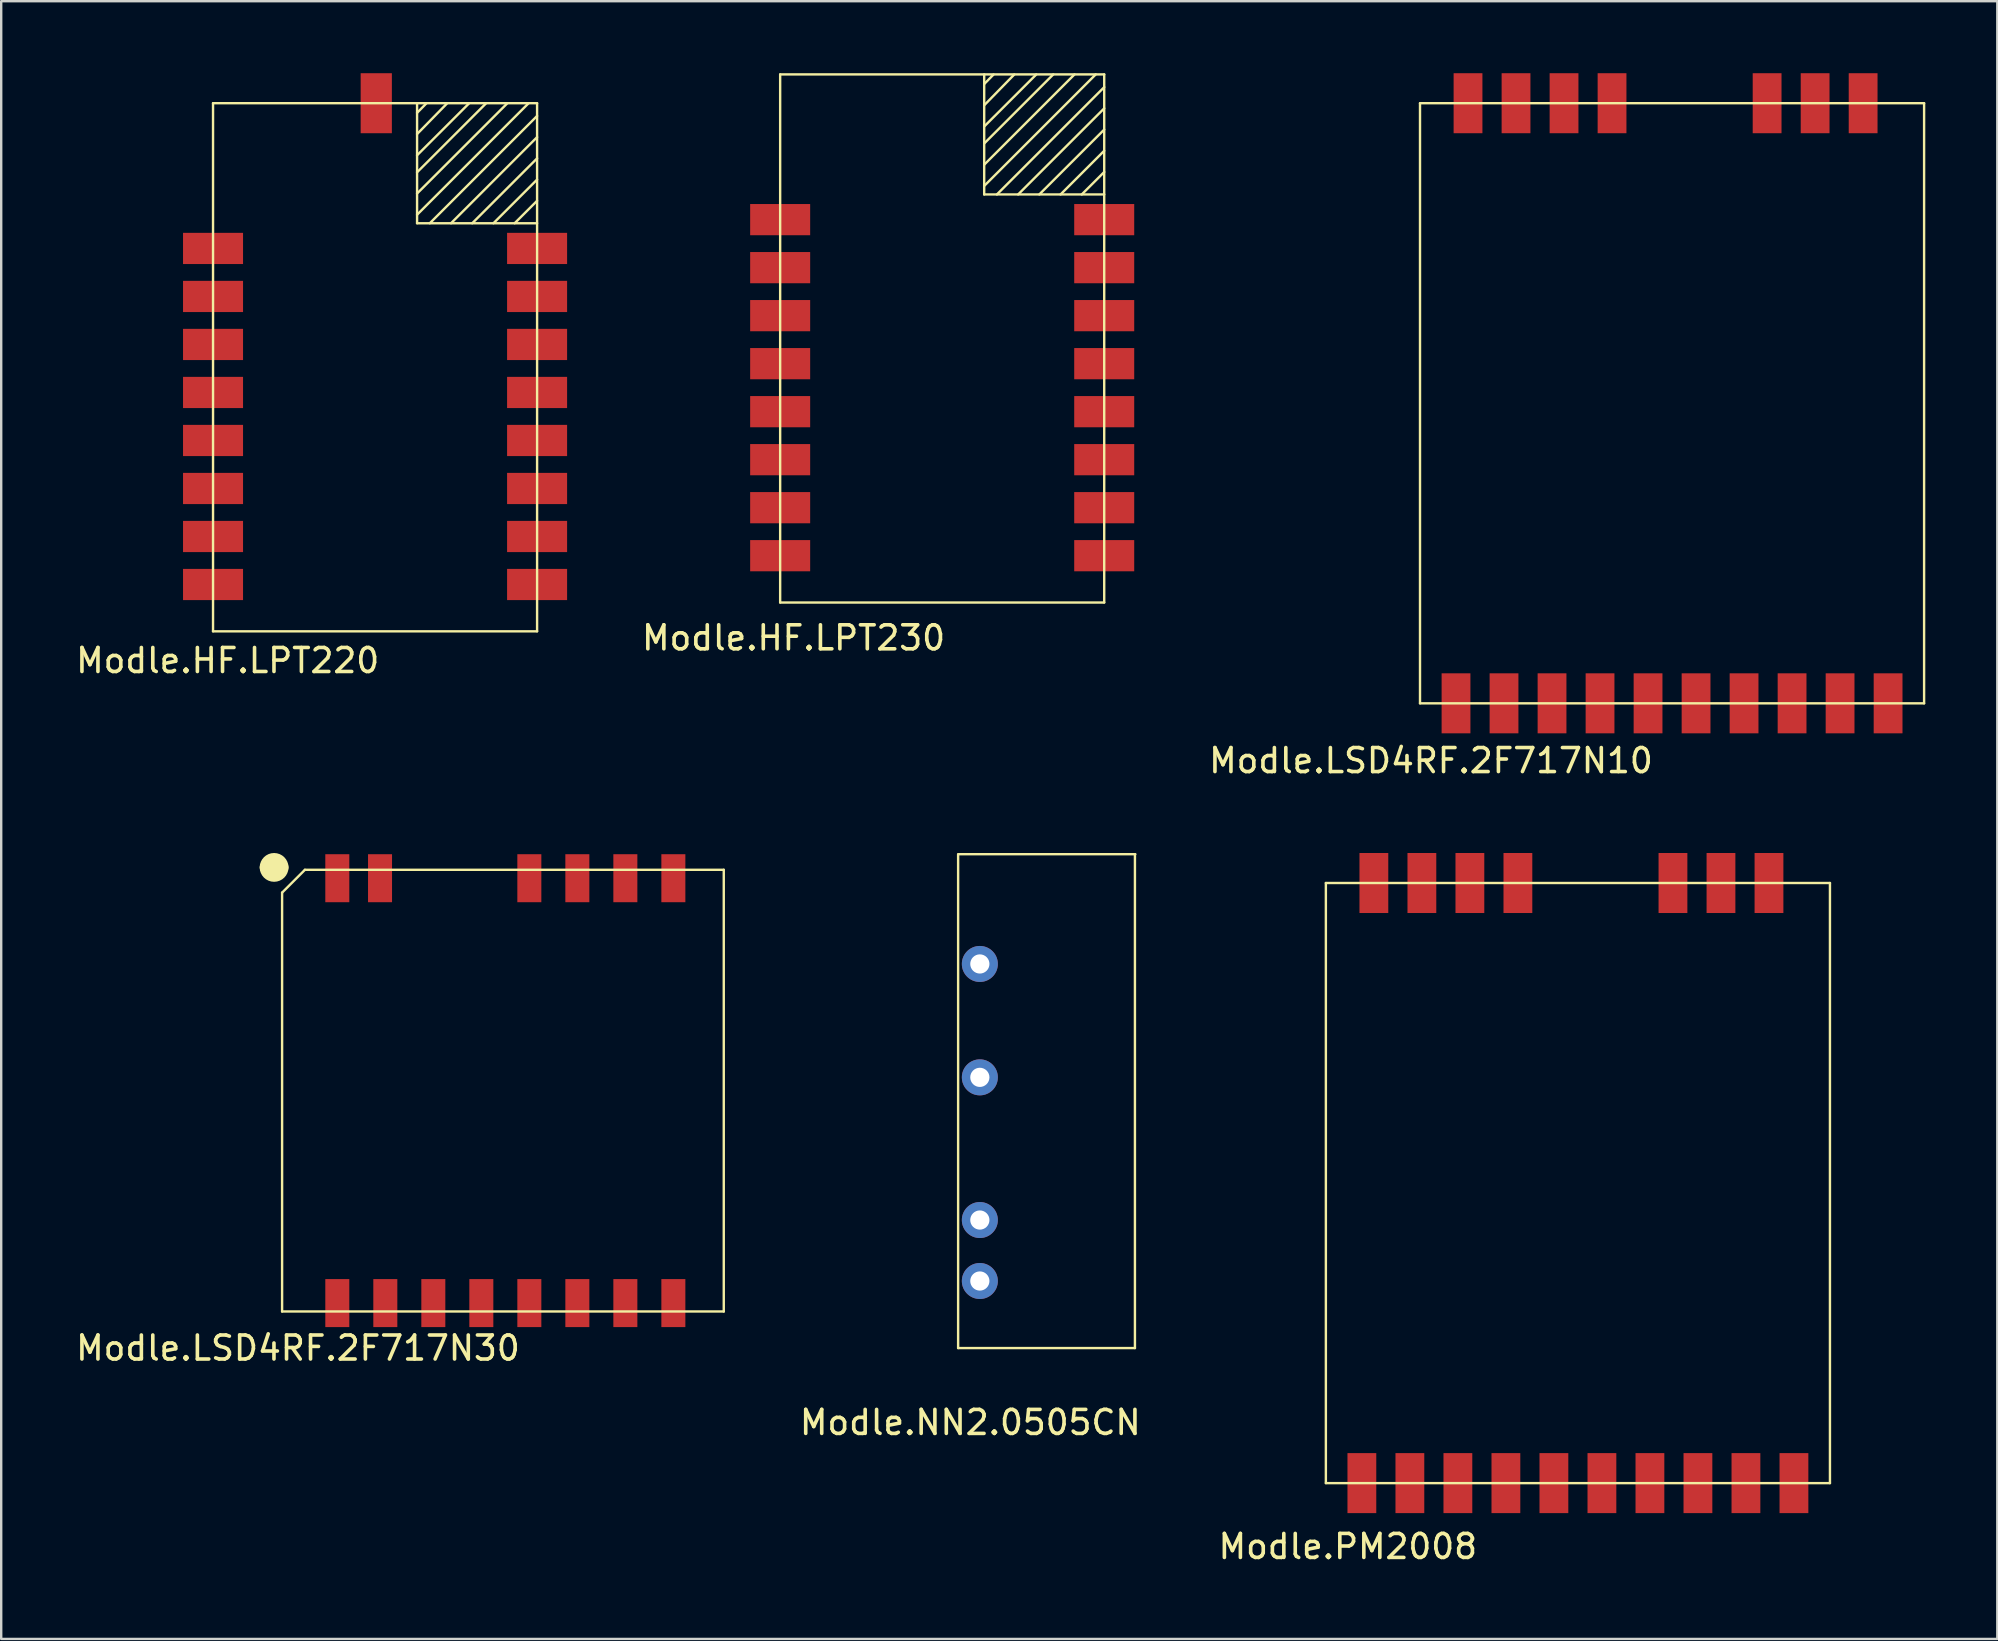
<source format=kicad_pcb>
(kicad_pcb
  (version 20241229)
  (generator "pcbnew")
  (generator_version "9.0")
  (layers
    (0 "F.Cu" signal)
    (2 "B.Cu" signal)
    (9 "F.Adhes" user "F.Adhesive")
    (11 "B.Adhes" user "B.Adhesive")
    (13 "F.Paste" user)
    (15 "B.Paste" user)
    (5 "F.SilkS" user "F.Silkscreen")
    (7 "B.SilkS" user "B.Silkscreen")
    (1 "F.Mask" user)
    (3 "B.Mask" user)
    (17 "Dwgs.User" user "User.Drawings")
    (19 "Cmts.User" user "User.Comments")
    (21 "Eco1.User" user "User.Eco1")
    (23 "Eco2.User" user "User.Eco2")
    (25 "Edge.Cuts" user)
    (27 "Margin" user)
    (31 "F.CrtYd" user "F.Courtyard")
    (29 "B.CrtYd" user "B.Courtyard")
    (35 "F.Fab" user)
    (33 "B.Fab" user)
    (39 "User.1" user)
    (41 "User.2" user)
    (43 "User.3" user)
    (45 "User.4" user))
  (footprint "Modle.PM2008"
    (layer "F.Cu")
    (at 62.777 47.255)
    (property "Reference" "Modle.PM2008" (at -9.677 14.122 0) (layer "F.SilkS") (effects (font (size 1 1) (thickness 0.15))))
    (attr through_hole)
    (fp_line (start -10.592 -13.519) (end 10.408 -13.519) (stroke (width 0.1) (type solid)) (layer "F.SilkS"))
    (fp_line (start -10.592 11.481) (end -10.592 -13.519) (stroke (width 0.1) (type solid)) (layer "F.SilkS"))
    (fp_line (start -10.592 11.481) (end 10.408 11.481) (stroke (width 0.1) (type solid)) (layer "F.SilkS"))
    (fp_line (start 10.408 11.481) (end 10.408 -13.519) (stroke (width 0.1) (type solid)) (layer "F.SilkS"))
    (pad "1" smd rect (at -9.092 11.481) (size 1.2 2.5) (layers "F.Cu" "F.Mask" "F.Paste"))
    (pad "2" smd rect (at -7.092 11.481) (size 1.2 2.5) (layers "F.Cu" "F.Mask" "F.Paste"))
    (pad "3" smd rect (at -5.092 11.481) (size 1.2 2.5) (layers "F.Cu" "F.Mask" "F.Paste"))
    (pad "4" smd rect (at -3.092 11.481) (size 1.2 2.5) (layers "F.Cu" "F.Mask" "F.Paste"))
    (pad "5" smd rect (at -1.092 11.481) (size 1.2 2.5) (layers "F.Cu" "F.Mask" "F.Paste"))
    (pad "6" smd rect (at 0.908 11.481) (size 1.2 2.5) (layers "F.Cu" "F.Mask" "F.Paste"))
    (pad "7" smd rect (at 2.908 11.481) (size 1.2 2.5) (layers "F.Cu" "F.Mask" "F.Paste"))
    (pad "8" smd rect (at 4.908 11.481) (size 1.2 2.5) (layers "F.Cu" "F.Mask" "F.Paste"))
    (pad "9" smd rect (at 6.908 11.481) (size 1.2 2.5) (layers "F.Cu" "F.Mask" "F.Paste"))
    (pad "10" smd rect (at 8.908 11.481) (size 1.2 2.5) (layers "F.Cu" "F.Mask" "F.Paste"))
    (pad "11" smd rect (at 7.868 -13.519) (size 1.2 2.5) (layers "F.Cu" "F.Mask" "F.Paste"))
    (pad "12" smd rect (at 5.868 -13.519) (size 1.2 2.5) (layers "F.Cu" "F.Mask" "F.Paste"))
    (pad "13" smd rect (at 3.868 -13.519) (size 1.2 2.5) (layers "F.Cu" "F.Mask" "F.Paste"))
    (pad "14" smd rect (at -2.592 -13.519) (size 1.2 2.5) (layers "F.Cu" "F.Mask" "F.Paste"))
    (pad "15" smd rect (at -4.592 -13.519) (size 1.2 2.5) (layers "F.Cu" "F.Mask" "F.Paste"))
    (pad "16" smd rect (at -6.592 -13.519) (size 1.2 2.5) (layers "F.Cu" "F.Mask" "F.Paste"))
    (pad "17" smd rect (at -8.592 -13.519) (size 1.2 2.5) (layers "F.Cu" "F.Mask" "F.Paste")))
  (footprint "Modle.NN2.0505CN"
    (layer "F.Cu")
    (at 40.396 43.407)
    (property "Reference" "Modle.NN2.0505CN" (at -3.023 12.802 0) (layer "F.SilkS") (effects (font (size 1 1) (thickness 0.15))))
    (attr through_hole)
    (fp_line (start -3.531 9.703) (end -3.531 -10.871) (stroke (width 0.1) (type solid)) (layer "F.SilkS"))
    (fp_line (start -3.531 9.703) (end 3.835 9.703) (stroke (width 0.1) (type solid)) (layer "F.SilkS"))
    (fp_line (start -3.515 -10.871) (end 3.851 -10.871) (stroke (width 0.1) (type solid)) (layer "F.SilkS"))
    (fp_line (start 3.835 9.703) (end 3.835 -10.871) (stroke (width 0.1) (type solid)) (layer "F.SilkS"))
    (pad "1" thru_hole circle (at -2.626 6.909) (size 1.5 1.5) (drill 0.8) (layers "*.Cu" "*.Mask"))
    (pad "2" thru_hole circle (at -2.626 4.369) (size 1.5 1.5) (drill 0.8) (layers "*.Cu" "*.Mask"))
    (pad "3" thru_hole circle (at -2.626 -1.575) (size 1.5 1.5) (drill 0.8) (layers "*.Cu" "*.Mask"))
    (pad "4" thru_hole circle (at -2.626 -6.299) (size 1.5 1.5) (drill 0.8) (layers "*.Cu" "*.Mask")))
  (footprint "Modle.HF.LPT230"
    (layer "F.Cu")
    (at 35.623 12.347)
    (property "Reference" "Modle.HF.LPT230" (at -5.613 11.176 0) (layer "F.SilkS") (effects (font (size 1 1) (thickness 0.15))))
    (attr through_hole)
    (fp_line (start -6.172 -12.297) (end 7.328 -12.297) (stroke (width 0.1) (type solid)) (layer "F.SilkS"))
    (fp_line (start -6.172 9.703) (end -6.172 -12.297) (stroke (width 0.1) (type solid)) (layer "F.SilkS"))
    (fp_line (start -6.172 9.703) (end 7.328 9.703) (stroke (width 0.1) (type solid)) (layer "F.SilkS"))
    (fp_line (start 2.328 -11.895) (end 2.718 -12.294) (stroke (width 0.1) (type solid)) (layer "F.SilkS"))
    (fp_line (start 2.328 -11.011) (end 3.581 -12.294) (stroke (width 0.1) (type solid)) (layer "F.SilkS"))
    (fp_line (start 2.328 -10.127) (end 4.496 -12.294) (stroke (width 0.1) (type solid)) (layer "F.SilkS"))
    (fp_line (start 2.328 -9.419) (end 5.206 -12.297) (stroke (width 0.1) (type solid)) (layer "F.SilkS"))
    (fp_line (start 2.328 -8.535) (end 6.09 -12.297) (stroke (width 0.1) (type solid)) (layer "F.SilkS"))
    (fp_line (start 2.328 -7.651) (end 6.974 -12.297) (stroke (width 0.1) (type solid)) (layer "F.SilkS"))
    (fp_line (start 2.328 -7.297) (end 2.328 -12.297) (stroke (width 0.1) (type solid)) (layer "F.SilkS"))
    (fp_line (start 2.858 -7.297) (end 7.328 -11.767) (stroke (width 0.1) (type solid)) (layer "F.SilkS"))
    (fp_line (start 3.742 -7.297) (end 7.328 -10.883) (stroke (width 0.1) (type solid)) (layer "F.SilkS"))
    (fp_line (start 4.625 -7.297) (end 7.328 -9.999) (stroke (width 0.1) (type solid)) (layer "F.SilkS"))
    (fp_line (start 5.509 -7.297) (end 7.328 -9.116) (stroke (width 0.1) (type solid)) (layer "F.SilkS"))
    (fp_line (start 6.393 -7.297) (end 7.328 -8.232) (stroke (width 0.1) (type solid)) (layer "F.SilkS"))
    (fp_line (start 7.328 -7.297) (end 2.328 -7.297) (stroke (width 0.1) (type solid)) (layer "F.SilkS"))
    (fp_line (start 7.328 9.703) (end 7.328 -12.297) (stroke (width 0.1) (type solid)) (layer "F.SilkS"))
    (pad "1" smd rect (at -6.172 -6.247) (size 2.5 1.3) (layers "F.Cu" "F.Mask" "F.Paste"))
    (pad "2" smd rect (at -6.172 -4.247) (size 2.5 1.3) (layers "F.Cu" "F.Mask" "F.Paste"))
    (pad "3" smd rect (at -6.172 -2.247) (size 2.5 1.3) (layers "F.Cu" "F.Mask" "F.Paste"))
    (pad "4" smd rect (at -6.172 -0.247) (size 2.5 1.3) (layers "F.Cu" "F.Mask" "F.Paste"))
    (pad "5" smd rect (at -6.172 1.753) (size 2.5 1.3) (layers "F.Cu" "F.Mask" "F.Paste"))
    (pad "6" smd rect (at -6.172 3.753) (size 2.5 1.3) (layers "F.Cu" "F.Mask" "F.Paste"))
    (pad "7" smd rect (at -6.172 5.753) (size 2.5 1.3) (layers "F.Cu" "F.Mask" "F.Paste"))
    (pad "8" smd rect (at -6.172 7.753) (size 2.5 1.3) (layers "F.Cu" "F.Mask" "F.Paste"))
    (pad "9" smd rect (at 7.328 7.753) (size 2.5 1.3) (layers "F.Cu" "F.Mask" "F.Paste"))
    (pad "10" smd rect (at 7.328 5.753) (size 2.5 1.3) (layers "F.Cu" "F.Mask" "F.Paste"))
    (pad "11" smd rect (at 7.328 3.753) (size 2.5 1.3) (layers "F.Cu" "F.Mask" "F.Paste"))
    (pad "12" smd rect (at 7.328 1.753) (size 2.5 1.3) (layers "F.Cu" "F.Mask" "F.Paste"))
    (pad "13" smd rect (at 7.328 -0.247) (size 2.5 1.3) (layers "F.Cu" "F.Mask" "F.Paste"))
    (pad "14" smd rect (at 7.328 -2.247) (size 2.5 1.3) (layers "F.Cu" "F.Mask" "F.Paste"))
    (pad "15" smd rect (at 7.328 -4.247) (size 2.5 1.3) (layers "F.Cu" "F.Mask" "F.Paste"))
    (pad "16" smd rect (at 7.328 -6.247) (size 2.5 1.3) (layers "F.Cu" "F.Mask" "F.Paste")))
  (footprint "Modle.LSD4RF.2F717N30"
    (layer "F.Cu")
    (at 17.897 43.407)
    (property "Reference" "Modle.LSD4RF.2F717N30" (at -8.534 9.703 0) (layer "F.SilkS") (effects (font (size 1 1) (thickness 0.15))))
    (attr through_hole)
    (fp_line (start -9.195 -9.271) (end -8.245 -10.221) (stroke (width 0.1) (type solid)) (layer "F.SilkS"))
    (fp_line (start -9.195 8.179) (end -9.195 -9.271) (stroke (width 0.1) (type solid)) (layer "F.SilkS"))
    (fp_line (start -9.195 8.179) (end 9.205 8.179) (stroke (width 0.1) (type solid)) (layer "F.SilkS"))
    (fp_line (start -8.245 -10.221) (end 9.205 -10.221) (stroke (width 0.1) (type solid)) (layer "F.SilkS"))
    (fp_line (start 9.205 8.179) (end 9.205 -10.221) (stroke (width 0.1) (type solid)) (layer "F.SilkS"))
    (fp_arc (start -9.827805 -10.321196) (mid -9.527805 -10.621196) (end -9.227805 -10.321196) (stroke (width 0.6) (type solid)) (layer "F.SilkS"))
    (fp_arc (start -9.227806 -10.321196) (mid -9.527805 -10.021197) (end -9.827804 -10.321196) (stroke (width 0.6) (type solid)) (layer "F.SilkS"))
    (pad "1" smd rect (at -6.895 7.829) (size 1 2) (layers "F.Cu" "F.Mask" "F.Paste"))
    (pad "2" smd rect (at -4.895 7.829) (size 1 2) (layers "F.Cu" "F.Mask" "F.Paste"))
    (pad "3" smd rect (at -2.895 7.829) (size 1 2) (layers "F.Cu" "F.Mask" "F.Paste"))
    (pad "4" smd rect (at -0.895 7.829) (size 1 2) (layers "F.Cu" "F.Mask" "F.Paste"))
    (pad "5" smd rect (at 1.105 7.829) (size 1 2) (layers "F.Cu" "F.Mask" "F.Paste"))
    (pad "6" smd rect (at 3.105 7.829) (size 1 2) (layers "F.Cu" "F.Mask" "F.Paste"))
    (pad "7" smd rect (at 5.105 7.829) (size 1 2) (layers "F.Cu" "F.Mask" "F.Paste"))
    (pad "8" smd rect (at 7.105 7.829) (size 1 2) (layers "F.Cu" "F.Mask" "F.Paste"))
    (pad "9" smd rect (at 7.105 -9.871) (size 1 2) (layers "F.Cu" "F.Mask" "F.Paste"))
    (pad "10" smd rect (at 5.105 -9.871) (size 1 2) (layers "F.Cu" "F.Mask" "F.Paste"))
    (pad "11" smd rect (at 3.105 -9.871) (size 1 2) (layers "F.Cu" "F.Mask" "F.Paste"))
    (pad "12" smd rect (at 1.105 -9.871) (size 1 2) (layers "F.Cu" "F.Mask" "F.Paste"))
    (pad "13" smd rect (at -5.115 -9.871) (size 1 2) (layers "F.Cu" "F.Mask" "F.Paste"))
    (pad "14" smd rect (at -6.895 -9.871) (size 1 2) (layers "F.Cu" "F.Mask" "F.Paste")))
  (footprint "Modle.HF.LPT220"
    (layer "F.Cu")
    (at 12.556 13.115)
    (property "Reference" "Modle.HF.LPT220" (at -6.121 11.354 0) (layer "F.SilkS") (effects (font (size 1 1) (thickness 0.15))))
    (attr through_hole)
    (fp_line (start -6.731 -11.865) (end 6.769 -11.865) (stroke (width 0.1) (type solid)) (layer "F.SilkS"))
    (fp_line (start -6.731 10.135) (end -6.731 -11.865) (stroke (width 0.1) (type solid)) (layer "F.SilkS"))
    (fp_line (start -6.731 10.135) (end 6.769 10.135) (stroke (width 0.1) (type solid)) (layer "F.SilkS"))
    (fp_line (start 1.769 -11.463) (end 2.159 -11.862) (stroke (width 0.1) (type solid)) (layer "F.SilkS"))
    (fp_line (start 1.769 -10.58) (end 3.023 -11.862) (stroke (width 0.1) (type solid)) (layer "F.SilkS"))
    (fp_line (start 1.769 -9.696) (end 3.937 -11.862) (stroke (width 0.1) (type solid)) (layer "F.SilkS"))
    (fp_line (start 1.769 -8.987) (end 4.647 -11.865) (stroke (width 0.1) (type solid)) (layer "F.SilkS"))
    (fp_line (start 1.769 -8.103) (end 5.531 -11.865) (stroke (width 0.1) (type solid)) (layer "F.SilkS"))
    (fp_line (start 1.769 -7.219) (end 6.415 -11.865) (stroke (width 0.1) (type solid)) (layer "F.SilkS"))
    (fp_line (start 1.769 -6.865) (end 1.769 -11.865) (stroke (width 0.1) (type solid)) (layer "F.SilkS"))
    (fp_line (start 2.299 -6.865) (end 6.769 -11.335) (stroke (width 0.1) (type solid)) (layer "F.SilkS"))
    (fp_line (start 3.183 -6.865) (end 6.769 -10.452) (stroke (width 0.1) (type solid)) (layer "F.SilkS"))
    (fp_line (start 4.067 -6.865) (end 6.769 -9.568) (stroke (width 0.1) (type solid)) (layer "F.SilkS"))
    (fp_line (start 4.951 -6.865) (end 6.769 -8.684) (stroke (width 0.1) (type solid)) (layer "F.SilkS"))
    (fp_line (start 5.834 -6.865) (end 6.769 -7.8) (stroke (width 0.1) (type solid)) (layer "F.SilkS"))
    (fp_line (start 6.769 -6.865) (end 1.769 -6.865) (stroke (width 0.1) (type solid)) (layer "F.SilkS"))
    (fp_line (start 6.769 10.135) (end 6.769 -11.865) (stroke (width 0.1) (type solid)) (layer "F.SilkS"))
    (pad "1" smd rect (at -6.731 -5.815) (size 2.5 1.3) (layers "F.Cu" "F.Mask" "F.Paste"))
    (pad "2" smd rect (at -6.731 -3.815) (size 2.5 1.3) (layers "F.Cu" "F.Mask" "F.Paste"))
    (pad "3" smd rect (at -6.731 -1.815) (size 2.5 1.3) (layers "F.Cu" "F.Mask" "F.Paste"))
    (pad "4" smd rect (at -6.731 0.185) (size 2.5 1.3) (layers "F.Cu" "F.Mask" "F.Paste"))
    (pad "5" smd rect (at -6.731 2.185) (size 2.5 1.3) (layers "F.Cu" "F.Mask" "F.Paste"))
    (pad "6" smd rect (at -6.731 4.185) (size 2.5 1.3) (layers "F.Cu" "F.Mask" "F.Paste"))
    (pad "7" smd rect (at -6.731 6.185) (size 2.5 1.3) (layers "F.Cu" "F.Mask" "F.Paste"))
    (pad "8" smd rect (at -6.731 8.185) (size 2.5 1.3) (layers "F.Cu" "F.Mask" "F.Paste"))
    (pad "9" smd rect (at 6.769 8.185) (size 2.5 1.3) (layers "F.Cu" "F.Mask" "F.Paste"))
    (pad "10" smd rect (at 6.769 6.185) (size 2.5 1.3) (layers "F.Cu" "F.Mask" "F.Paste"))
    (pad "11" smd rect (at 6.769 4.185) (size 2.5 1.3) (layers "F.Cu" "F.Mask" "F.Paste"))
    (pad "12" smd rect (at 6.769 2.185) (size 2.5 1.3) (layers "F.Cu" "F.Mask" "F.Paste"))
    (pad "13" smd rect (at 6.769 0.185) (size 2.5 1.3) (layers "F.Cu" "F.Mask" "F.Paste"))
    (pad "14" smd rect (at 6.769 -1.815) (size 2.5 1.3) (layers "F.Cu" "F.Mask" "F.Paste"))
    (pad "15" smd rect (at 6.769 -3.815) (size 2.5 1.3) (layers "F.Cu" "F.Mask" "F.Paste"))
    (pad "16" smd rect (at 6.769 -5.815) (size 2.5 1.3) (layers "F.Cu" "F.Mask" "F.Paste"))
    (pad "17" smd rect (at 0.069 -11.865 90) (size 2.5 1.3) (layers "F.Cu" "F.Mask" "F.Paste")))
  (footprint "Modle.LSD4RF.2F717N10"
    (layer "F.Cu")
    (at 66.546 17.36)
    (property "Reference" "Modle.LSD4RF.2F717N10" (at -9.982 11.278 0) (layer "F.SilkS") (effects (font (size 1 1) (thickness 0.15))))
    (attr through_hole)
    (fp_line (start -10.439 -16.11) (end 10.561 -16.11) (stroke (width 0.1) (type solid)) (layer "F.SilkS"))
    (fp_line (start -10.439 8.89) (end -10.439 -16.11) (stroke (width 0.1) (type solid)) (layer "F.SilkS"))
    (fp_line (start -10.439 8.89) (end 10.561 8.89) (stroke (width 0.1) (type solid)) (layer "F.SilkS"))
    (fp_line (start 10.561 8.89) (end 10.561 -16.11) (stroke (width 0.1) (type solid)) (layer "F.SilkS"))
    (pad "1" smd rect (at -8.939 8.89) (size 1.2 2.5) (layers "F.Cu" "F.Mask" "F.Paste"))
    (pad "2" smd rect (at -6.939 8.89) (size 1.2 2.5) (layers "F.Cu" "F.Mask" "F.Paste"))
    (pad "3" smd rect (at -4.939 8.89) (size 1.2 2.5) (layers "F.Cu" "F.Mask" "F.Paste"))
    (pad "4" smd rect (at -2.939 8.89) (size 1.2 2.5) (layers "F.Cu" "F.Mask" "F.Paste"))
    (pad "5" smd rect (at -0.939 8.89) (size 1.2 2.5) (layers "F.Cu" "F.Mask" "F.Paste"))
    (pad "6" smd rect (at 1.061 8.89) (size 1.2 2.5) (layers "F.Cu" "F.Mask" "F.Paste"))
    (pad "7" smd rect (at 3.061 8.89) (size 1.2 2.5) (layers "F.Cu" "F.Mask" "F.Paste"))
    (pad "8" smd rect (at 5.061 8.89) (size 1.2 2.5) (layers "F.Cu" "F.Mask" "F.Paste"))
    (pad "9" smd rect (at 7.061 8.89) (size 1.2 2.5) (layers "F.Cu" "F.Mask" "F.Paste"))
    (pad "10" smd rect (at 9.061 8.89) (size 1.2 2.5) (layers "F.Cu" "F.Mask" "F.Paste"))
    (pad "11" smd rect (at 8.021 -16.11) (size 1.2 2.5) (layers "F.Cu" "F.Mask" "F.Paste"))
    (pad "12" smd rect (at 6.021 -16.11) (size 1.2 2.5) (layers "F.Cu" "F.Mask" "F.Paste"))
    (pad "13" smd rect (at 4.021 -16.11) (size 1.2 2.5) (layers "F.Cu" "F.Mask" "F.Paste"))
    (pad "14" smd rect (at -2.439 -16.11) (size 1.2 2.5) (layers "F.Cu" "F.Mask" "F.Paste"))
    (pad "15" smd rect (at -4.439 -16.11) (size 1.2 2.5) (layers "F.Cu" "F.Mask" "F.Paste"))
    (pad "16" smd rect (at -6.439 -16.11) (size 1.2 2.5) (layers "F.Cu" "F.Mask" "F.Paste"))
    (pad "17" smd rect (at -8.439 -16.11) (size 1.2 2.5) (layers "F.Cu" "F.Mask" "F.Paste")))
  (gr_rect
    (start -3 -3)
    (end 80.157 65.226)
    (stroke (width 0.1) (type default))
    (fill no)
    (layer "Edge.Cuts")))
</source>
